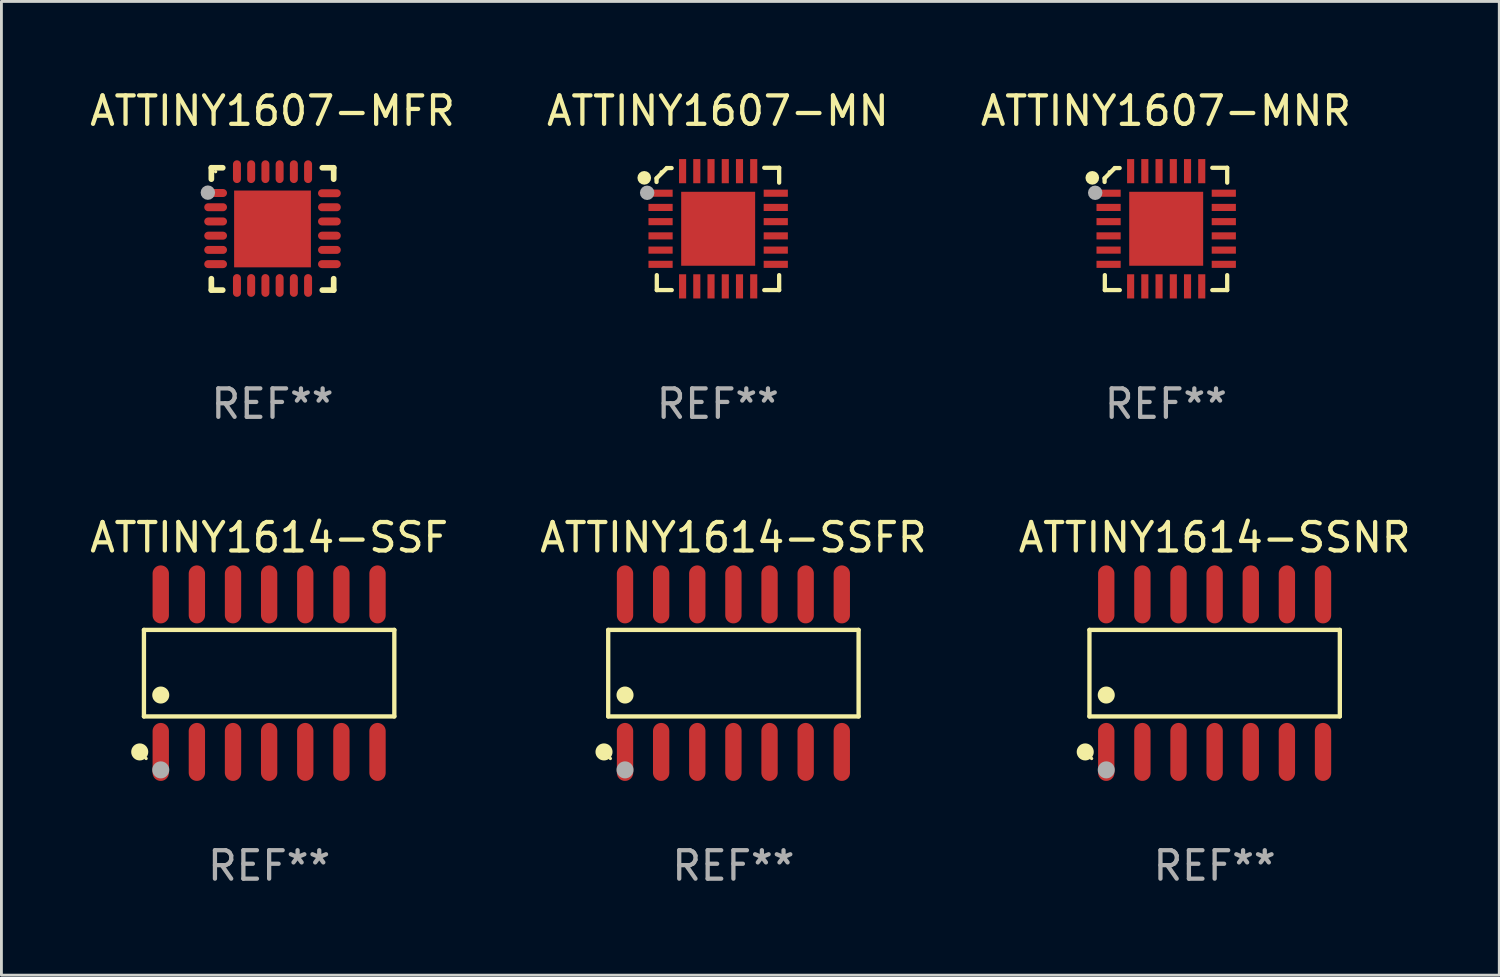
<source format=kicad_pcb>
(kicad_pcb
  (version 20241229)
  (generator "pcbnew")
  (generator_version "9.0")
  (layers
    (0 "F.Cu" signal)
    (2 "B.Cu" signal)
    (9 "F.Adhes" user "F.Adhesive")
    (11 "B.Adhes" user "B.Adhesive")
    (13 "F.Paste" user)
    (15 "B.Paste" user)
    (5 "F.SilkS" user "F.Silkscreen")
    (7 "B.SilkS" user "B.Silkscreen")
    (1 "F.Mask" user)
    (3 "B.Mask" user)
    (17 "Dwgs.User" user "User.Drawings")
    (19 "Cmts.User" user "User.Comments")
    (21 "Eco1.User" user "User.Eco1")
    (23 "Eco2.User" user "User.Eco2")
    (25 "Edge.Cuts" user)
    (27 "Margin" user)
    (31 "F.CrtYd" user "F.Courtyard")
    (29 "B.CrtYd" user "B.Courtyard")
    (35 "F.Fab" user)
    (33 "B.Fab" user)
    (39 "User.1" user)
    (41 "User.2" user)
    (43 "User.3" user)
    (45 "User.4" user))
  (footprint "ATTINY1607-MNR"
    (layer "F.Cu")
    (at 37.935 4.998)
    (property "Reference" "ATTINY1607-MNR" (at 0 -4.15 0) (layer "F.SilkS") (effects (font (size 1 1) (thickness 0.15))))
    (attr through_hole)
    (fp_line (start -2.155 -1.779) (end -2.155 -1.652) (stroke (width 0.15) (type solid)) (layer "F.SilkS"))
    (fp_line (start -2.146 2.15) (end -2.146 1.624) (stroke (width 0.15) (type solid)) (layer "F.SilkS"))
    (fp_line (start -1.795 -2.14) (end -2.155 -1.779) (stroke (width 0.15) (type solid)) (layer "F.SilkS"))
    (fp_line (start -1.625 -2.14) (end -1.795 -2.14) (stroke (width 0.15) (type solid)) (layer "F.SilkS"))
    (fp_line (start -1.62 2.15) (end -2.146 2.15) (stroke (width 0.15) (type solid)) (layer "F.SilkS"))
    (fp_line (start 1.631 -2.15) (end 2.155 -2.15) (stroke (width 0.15) (type solid)) (layer "F.SilkS"))
    (fp_line (start 1.631 2.15) (end 2.155 2.15) (stroke (width 0.15) (type solid)) (layer "F.SilkS"))
    (fp_line (start 2.155 -2.15) (end 2.155 -1.627) (stroke (width 0.15) (type solid)) (layer "F.SilkS"))
    (fp_line (start 2.155 2.15) (end 2.155 1.624) (stroke (width 0.15) (type solid)) (layer "F.SilkS"))
    (fp_circle (center -2.587 -1.796) (end -2.467 -1.796) (stroke (width 0.24) (type solid)) (fill no) (layer "F.SilkS"))
    (fp_circle (center -1.99 -2.006) (end -1.96 -2.006) (stroke (width 0.06) (type solid)) (fill no) (layer "F.SilkS"))
    (fp_circle (center -2.485 -1.271) (end -2.358 -1.271) (stroke (width 0.254) (type solid)) (fill no) (layer "F.Fab"))
    (fp_text user "REF**" (at 0 6.15 0) (layer "F.Fab") (effects (font (size 1 1) (thickness 0.15))))
    (pad "1" smd rect (at -2.014 -1.256) (size 0.85 0.25) (layers "F.Cu" "F.Mask" "F.Paste"))
    (pad "2" smd rect (at -2.014 -0.756) (size 0.85 0.25) (layers "F.Cu" "F.Mask" "F.Paste"))
    (pad "3" smd rect (at -2.014 -0.256) (size 0.85 0.25) (layers "F.Cu" "F.Mask" "F.Paste"))
    (pad "4" smd rect (at -2.014 0.244) (size 0.85 0.25) (layers "F.Cu" "F.Mask" "F.Paste"))
    (pad "5" smd rect (at -2.014 0.744) (size 0.85 0.25) (layers "F.Cu" "F.Mask" "F.Paste"))
    (pad "6" smd rect (at -2.014 1.244) (size 0.85 0.25) (layers "F.Cu" "F.Mask" "F.Paste"))
    (pad "7" smd rect (at -1.239 2.019 90) (size 0.85 0.25) (layers "F.Cu" "F.Mask" "F.Paste"))
    (pad "8" smd rect (at -0.74 2.019 90) (size 0.85 0.25) (layers "F.Cu" "F.Mask" "F.Paste"))
    (pad "9" smd rect (at -0.24 2.019 90) (size 0.85 0.25) (layers "F.Cu" "F.Mask" "F.Paste"))
    (pad "10" smd rect (at 0.261 2.019 90) (size 0.85 0.25) (layers "F.Cu" "F.Mask" "F.Paste"))
    (pad "11" smd rect (at 0.761 2.019 90) (size 0.85 0.25) (layers "F.Cu" "F.Mask" "F.Paste"))
    (pad "12" smd rect (at 1.261 2.019 90) (size 0.85 0.25) (layers "F.Cu" "F.Mask" "F.Paste"))
    (pad "13" smd rect (at 2.036 1.244) (size 0.85 0.25) (layers "F.Cu" "F.Mask" "F.Paste"))
    (pad "14" smd rect (at 2.036 0.744) (size 0.85 0.25) (layers "F.Cu" "F.Mask" "F.Paste"))
    (pad "15" smd rect (at 2.036 0.244) (size 0.85 0.25) (layers "F.Cu" "F.Mask" "F.Paste"))
    (pad "16" smd rect (at 2.036 -0.256) (size 0.85 0.25) (layers "F.Cu" "F.Mask" "F.Paste"))
    (pad "17" smd rect (at 2.036 -0.756) (size 0.85 0.25) (layers "F.Cu" "F.Mask" "F.Paste"))
    (pad "18" smd rect (at 2.036 -1.256) (size 0.85 0.25) (layers "F.Cu" "F.Mask" "F.Paste"))
    (pad "19" smd rect (at 1.261 -2.031 90) (size 0.85 0.25) (layers "F.Cu" "F.Mask" "F.Paste"))
    (pad "20" smd rect (at 0.761 -2.031 90) (size 0.85 0.25) (layers "F.Cu" "F.Mask" "F.Paste"))
    (pad "21" smd rect (at 0.261 -2.031 90) (size 0.85 0.25) (layers "F.Cu" "F.Mask" "F.Paste"))
    (pad "22" smd rect (at -0.24 -2.031 90) (size 0.85 0.25) (layers "F.Cu" "F.Mask" "F.Paste"))
    (pad "23" smd rect (at -0.74 -2.031 90) (size 0.85 0.25) (layers "F.Cu" "F.Mask" "F.Paste"))
    (pad "24" smd rect (at -1.239 -2.031 90) (size 0.85 0.25) (layers "F.Cu" "F.Mask" "F.Paste"))
    (pad "25" smd rect (at 0.011 -0.006) (size 2.6 2.6) (layers "F.Cu" "F.Mask" "F.Paste")))
  (footprint "ATTINY1614-SSF"
    (layer "F.Cu")
    (at 6.411 20.614)
    (property "Reference" "ATTINY1614-SSF" (at 0 -4.769 0) (layer "F.SilkS") (effects (font (size 1 1) (thickness 0.15))))
    (attr through_hole)
    (fp_line (start -4.401 -1.521) (end 4.401 -1.521) (stroke (width 0.152) (type solid)) (layer "F.SilkS"))
    (fp_line (start -4.401 1.521) (end -4.401 -1.521) (stroke (width 0.152) (type solid)) (layer "F.SilkS"))
    (fp_line (start 4.401 -1.521) (end 4.401 1.521) (stroke (width 0.152) (type solid)) (layer "F.SilkS"))
    (fp_line (start 4.401 1.521) (end -4.401 1.521) (stroke (width 0.152) (type solid)) (layer "F.SilkS"))
    (fp_circle (center -4.549 2.769) (end -4.399 2.769) (stroke (width 0.3) (type solid)) (fill no) (layer "F.SilkS"))
    (fp_circle (center -4.325 3) (end -4.295 3) (stroke (width 0.06) (type solid)) (fill no) (layer "F.SilkS"))
    (fp_circle (center -3.81 0.769) (end -3.66 0.769) (stroke (width 0.3) (type solid)) (fill no) (layer "F.SilkS"))
    (fp_circle (center -3.81 3.4) (end -3.66 3.4) (stroke (width 0.3) (type solid)) (fill no) (layer "F.Fab"))
    (fp_text user "REF**" (at 0 6.769 0) (layer "F.Fab") (effects (font (size 1 1) (thickness 0.15))))
    (pad "1" smd oval (at -3.81 2.769) (size 0.574 2.038) (layers "F.Cu" "F.Mask" "F.Paste"))
    (pad "2" smd oval (at -2.54 2.769) (size 0.574 2.038) (layers "F.Cu" "F.Mask" "F.Paste"))
    (pad "3" smd oval (at -1.27 2.769) (size 0.574 2.038) (layers "F.Cu" "F.Mask" "F.Paste"))
    (pad "4" smd oval (at 0 2.769) (size 0.574 2.038) (layers "F.Cu" "F.Mask" "F.Paste"))
    (pad "5" smd oval (at 1.27 2.769) (size 0.574 2.038) (layers "F.Cu" "F.Mask" "F.Paste"))
    (pad "6" smd oval (at 2.54 2.769) (size 0.574 2.038) (layers "F.Cu" "F.Mask" "F.Paste"))
    (pad "7" smd oval (at 3.81 2.769) (size 0.574 2.038) (layers "F.Cu" "F.Mask" "F.Paste"))
    (pad "8" smd oval (at 3.81 -2.769) (size 0.574 2.038) (layers "F.Cu" "F.Mask" "F.Paste"))
    (pad "9" smd oval (at 2.54 -2.769) (size 0.574 2.038) (layers "F.Cu" "F.Mask" "F.Paste"))
    (pad "10" smd oval (at 1.27 -2.769) (size 0.574 2.038) (layers "F.Cu" "F.Mask" "F.Paste"))
    (pad "11" smd oval (at 0 -2.769) (size 0.574 2.038) (layers "F.Cu" "F.Mask" "F.Paste"))
    (pad "12" smd oval (at -1.27 -2.769) (size 0.574 2.038) (layers "F.Cu" "F.Mask" "F.Paste"))
    (pad "13" smd oval (at -2.54 -2.769) (size 0.574 2.038) (layers "F.Cu" "F.Mask" "F.Paste"))
    (pad "14" smd oval (at -3.81 -2.769) (size 0.574 2.038) (layers "F.Cu" "F.Mask" "F.Paste")))
  (footprint "ATTINY1607-MN"
    (layer "F.Cu")
    (at 22.185 4.998)
    (property "Reference" "ATTINY1607-MN" (at 0 -4.15 0) (layer "F.SilkS") (effects (font (size 1 1) (thickness 0.15))))
    (attr through_hole)
    (fp_line (start -2.155 -1.779) (end -2.155 -1.652) (stroke (width 0.15) (type solid)) (layer "F.SilkS"))
    (fp_line (start -2.146 2.15) (end -2.146 1.624) (stroke (width 0.15) (type solid)) (layer "F.SilkS"))
    (fp_line (start -1.795 -2.14) (end -2.155 -1.779) (stroke (width 0.15) (type solid)) (layer "F.SilkS"))
    (fp_line (start -1.625 -2.14) (end -1.795 -2.14) (stroke (width 0.15) (type solid)) (layer "F.SilkS"))
    (fp_line (start -1.62 2.15) (end -2.146 2.15) (stroke (width 0.15) (type solid)) (layer "F.SilkS"))
    (fp_line (start 1.631 -2.15) (end 2.155 -2.15) (stroke (width 0.15) (type solid)) (layer "F.SilkS"))
    (fp_line (start 1.631 2.15) (end 2.155 2.15) (stroke (width 0.15) (type solid)) (layer "F.SilkS"))
    (fp_line (start 2.155 -2.15) (end 2.155 -1.627) (stroke (width 0.15) (type solid)) (layer "F.SilkS"))
    (fp_line (start 2.155 2.15) (end 2.155 1.624) (stroke (width 0.15) (type solid)) (layer "F.SilkS"))
    (fp_circle (center -2.587 -1.796) (end -2.467 -1.796) (stroke (width 0.24) (type solid)) (fill no) (layer "F.SilkS"))
    (fp_circle (center -1.99 -2.006) (end -1.96 -2.006) (stroke (width 0.06) (type solid)) (fill no) (layer "F.SilkS"))
    (fp_circle (center -2.485 -1.271) (end -2.358 -1.271) (stroke (width 0.254) (type solid)) (fill no) (layer "F.Fab"))
    (fp_text user "REF**" (at 0 6.15 0) (layer "F.Fab") (effects (font (size 1 1) (thickness 0.15))))
    (pad "1" smd rect (at -2.014 -1.256) (size 0.85 0.25) (layers "F.Cu" "F.Mask" "F.Paste"))
    (pad "2" smd rect (at -2.014 -0.756) (size 0.85 0.25) (layers "F.Cu" "F.Mask" "F.Paste"))
    (pad "3" smd rect (at -2.014 -0.256) (size 0.85 0.25) (layers "F.Cu" "F.Mask" "F.Paste"))
    (pad "4" smd rect (at -2.014 0.244) (size 0.85 0.25) (layers "F.Cu" "F.Mask" "F.Paste"))
    (pad "5" smd rect (at -2.014 0.744) (size 0.85 0.25) (layers "F.Cu" "F.Mask" "F.Paste"))
    (pad "6" smd rect (at -2.014 1.244) (size 0.85 0.25) (layers "F.Cu" "F.Mask" "F.Paste"))
    (pad "7" smd rect (at -1.239 2.019 90) (size 0.85 0.25) (layers "F.Cu" "F.Mask" "F.Paste"))
    (pad "8" smd rect (at -0.74 2.019 90) (size 0.85 0.25) (layers "F.Cu" "F.Mask" "F.Paste"))
    (pad "9" smd rect (at -0.24 2.019 90) (size 0.85 0.25) (layers "F.Cu" "F.Mask" "F.Paste"))
    (pad "10" smd rect (at 0.261 2.019 90) (size 0.85 0.25) (layers "F.Cu" "F.Mask" "F.Paste"))
    (pad "11" smd rect (at 0.761 2.019 90) (size 0.85 0.25) (layers "F.Cu" "F.Mask" "F.Paste"))
    (pad "12" smd rect (at 1.261 2.019 90) (size 0.85 0.25) (layers "F.Cu" "F.Mask" "F.Paste"))
    (pad "13" smd rect (at 2.036 1.244) (size 0.85 0.25) (layers "F.Cu" "F.Mask" "F.Paste"))
    (pad "14" smd rect (at 2.036 0.744) (size 0.85 0.25) (layers "F.Cu" "F.Mask" "F.Paste"))
    (pad "15" smd rect (at 2.036 0.244) (size 0.85 0.25) (layers "F.Cu" "F.Mask" "F.Paste"))
    (pad "16" smd rect (at 2.036 -0.256) (size 0.85 0.25) (layers "F.Cu" "F.Mask" "F.Paste"))
    (pad "17" smd rect (at 2.036 -0.756) (size 0.85 0.25) (layers "F.Cu" "F.Mask" "F.Paste"))
    (pad "18" smd rect (at 2.036 -1.256) (size 0.85 0.25) (layers "F.Cu" "F.Mask" "F.Paste"))
    (pad "19" smd rect (at 1.261 -2.031 90) (size 0.85 0.25) (layers "F.Cu" "F.Mask" "F.Paste"))
    (pad "20" smd rect (at 0.761 -2.031 90) (size 0.85 0.25) (layers "F.Cu" "F.Mask" "F.Paste"))
    (pad "21" smd rect (at 0.261 -2.031 90) (size 0.85 0.25) (layers "F.Cu" "F.Mask" "F.Paste"))
    (pad "22" smd rect (at -0.24 -2.031 90) (size 0.85 0.25) (layers "F.Cu" "F.Mask" "F.Paste"))
    (pad "23" smd rect (at -0.74 -2.031 90) (size 0.85 0.25) (layers "F.Cu" "F.Mask" "F.Paste"))
    (pad "24" smd rect (at -1.239 -2.031 90) (size 0.85 0.25) (layers "F.Cu" "F.Mask" "F.Paste"))
    (pad "25" smd rect (at 0.011 -0.006) (size 2.6 2.6) (layers "F.Cu" "F.Mask" "F.Paste")))
  (footprint "ATTINY1614-SSFR"
    (layer "F.Cu")
    (at 22.732 20.614)
    (property "Reference" "ATTINY1614-SSFR" (at 0 -4.769 0) (layer "F.SilkS") (effects (font (size 1 1) (thickness 0.15))))
    (attr through_hole)
    (fp_line (start -4.401 -1.521) (end 4.401 -1.521) (stroke (width 0.152) (type solid)) (layer "F.SilkS"))
    (fp_line (start -4.401 1.521) (end -4.401 -1.521) (stroke (width 0.152) (type solid)) (layer "F.SilkS"))
    (fp_line (start 4.401 -1.521) (end 4.401 1.521) (stroke (width 0.152) (type solid)) (layer "F.SilkS"))
    (fp_line (start 4.401 1.521) (end -4.401 1.521) (stroke (width 0.152) (type solid)) (layer "F.SilkS"))
    (fp_circle (center -4.549 2.769) (end -4.399 2.769) (stroke (width 0.3) (type solid)) (fill no) (layer "F.SilkS"))
    (fp_circle (center -4.325 3) (end -4.295 3) (stroke (width 0.06) (type solid)) (fill no) (layer "F.SilkS"))
    (fp_circle (center -3.81 0.769) (end -3.66 0.769) (stroke (width 0.3) (type solid)) (fill no) (layer "F.SilkS"))
    (fp_circle (center -3.81 3.4) (end -3.66 3.4) (stroke (width 0.3) (type solid)) (fill no) (layer "F.Fab"))
    (fp_text user "REF**" (at 0 6.769 0) (layer "F.Fab") (effects (font (size 1 1) (thickness 0.15))))
    (pad "1" smd oval (at -3.81 2.769) (size 0.574 2.038) (layers "F.Cu" "F.Mask" "F.Paste"))
    (pad "2" smd oval (at -2.54 2.769) (size 0.574 2.038) (layers "F.Cu" "F.Mask" "F.Paste"))
    (pad "3" smd oval (at -1.27 2.769) (size 0.574 2.038) (layers "F.Cu" "F.Mask" "F.Paste"))
    (pad "4" smd oval (at 0 2.769) (size 0.574 2.038) (layers "F.Cu" "F.Mask" "F.Paste"))
    (pad "5" smd oval (at 1.27 2.769) (size 0.574 2.038) (layers "F.Cu" "F.Mask" "F.Paste"))
    (pad "6" smd oval (at 2.54 2.769) (size 0.574 2.038) (layers "F.Cu" "F.Mask" "F.Paste"))
    (pad "7" smd oval (at 3.81 2.769) (size 0.574 2.038) (layers "F.Cu" "F.Mask" "F.Paste"))
    (pad "8" smd oval (at 3.81 -2.769) (size 0.574 2.038) (layers "F.Cu" "F.Mask" "F.Paste"))
    (pad "9" smd oval (at 2.54 -2.769) (size 0.574 2.038) (layers "F.Cu" "F.Mask" "F.Paste"))
    (pad "10" smd oval (at 1.27 -2.769) (size 0.574 2.038) (layers "F.Cu" "F.Mask" "F.Paste"))
    (pad "11" smd oval (at 0 -2.769) (size 0.574 2.038) (layers "F.Cu" "F.Mask" "F.Paste"))
    (pad "12" smd oval (at -1.27 -2.769) (size 0.574 2.038) (layers "F.Cu" "F.Mask" "F.Paste"))
    (pad "13" smd oval (at -2.54 -2.769) (size 0.574 2.038) (layers "F.Cu" "F.Mask" "F.Paste"))
    (pad "14" smd oval (at -3.81 -2.769) (size 0.574 2.038) (layers "F.Cu" "F.Mask" "F.Paste")))
  (footprint "ATTINY1614-SSNR"
    (layer "F.Cu")
    (at 39.649 20.614)
    (property "Reference" "ATTINY1614-SSNR" (at 0 -4.769 0) (layer "F.SilkS") (effects (font (size 1 1) (thickness 0.15))))
    (attr through_hole)
    (fp_line (start -4.401 -1.521) (end 4.401 -1.521) (stroke (width 0.152) (type solid)) (layer "F.SilkS"))
    (fp_line (start -4.401 1.521) (end -4.401 -1.521) (stroke (width 0.152) (type solid)) (layer "F.SilkS"))
    (fp_line (start 4.401 -1.521) (end 4.401 1.521) (stroke (width 0.152) (type solid)) (layer "F.SilkS"))
    (fp_line (start 4.401 1.521) (end -4.401 1.521) (stroke (width 0.152) (type solid)) (layer "F.SilkS"))
    (fp_circle (center -4.549 2.769) (end -4.399 2.769) (stroke (width 0.3) (type solid)) (fill no) (layer "F.SilkS"))
    (fp_circle (center -4.325 3) (end -4.295 3) (stroke (width 0.06) (type solid)) (fill no) (layer "F.SilkS"))
    (fp_circle (center -3.81 0.769) (end -3.66 0.769) (stroke (width 0.3) (type solid)) (fill no) (layer "F.SilkS"))
    (fp_circle (center -3.81 3.4) (end -3.66 3.4) (stroke (width 0.3) (type solid)) (fill no) (layer "F.Fab"))
    (fp_text user "REF**" (at 0 6.769 0) (layer "F.Fab") (effects (font (size 1 1) (thickness 0.15))))
    (pad "1" smd oval (at -3.81 2.769) (size 0.574 2.038) (layers "F.Cu" "F.Mask" "F.Paste"))
    (pad "2" smd oval (at -2.54 2.769) (size 0.574 2.038) (layers "F.Cu" "F.Mask" "F.Paste"))
    (pad "3" smd oval (at -1.27 2.769) (size 0.574 2.038) (layers "F.Cu" "F.Mask" "F.Paste"))
    (pad "4" smd oval (at 0 2.769) (size 0.574 2.038) (layers "F.Cu" "F.Mask" "F.Paste"))
    (pad "5" smd oval (at 1.27 2.769) (size 0.574 2.038) (layers "F.Cu" "F.Mask" "F.Paste"))
    (pad "6" smd oval (at 2.54 2.769) (size 0.574 2.038) (layers "F.Cu" "F.Mask" "F.Paste"))
    (pad "7" smd oval (at 3.81 2.769) (size 0.574 2.038) (layers "F.Cu" "F.Mask" "F.Paste"))
    (pad "8" smd oval (at 3.81 -2.769) (size 0.574 2.038) (layers "F.Cu" "F.Mask" "F.Paste"))
    (pad "9" smd oval (at 2.54 -2.769) (size 0.574 2.038) (layers "F.Cu" "F.Mask" "F.Paste"))
    (pad "10" smd oval (at 1.27 -2.769) (size 0.574 2.038) (layers "F.Cu" "F.Mask" "F.Paste"))
    (pad "11" smd oval (at 0 -2.769) (size 0.574 2.038) (layers "F.Cu" "F.Mask" "F.Paste"))
    (pad "12" smd oval (at -1.27 -2.769) (size 0.574 2.038) (layers "F.Cu" "F.Mask" "F.Paste"))
    (pad "13" smd oval (at -2.54 -2.769) (size 0.574 2.038) (layers "F.Cu" "F.Mask" "F.Paste"))
    (pad "14" smd oval (at -3.81 -2.769) (size 0.574 2.038) (layers "F.Cu" "F.Mask" "F.Paste")))
  (footprint "ATTINY1607-MFR"
    (layer "F.Cu")
    (at 6.53 4.998)
    (property "Reference" "ATTINY1607-MFR" (at 0 -4.15 0) (layer "F.SilkS") (effects (font (size 1 1) (thickness 0.15))))
    (attr through_hole)
    (fp_line (start -2.15 -2.15) (end -1.75 -2.15) (stroke (width 0.2) (type solid)) (layer "F.SilkS"))
    (fp_line (start -2.15 -1.75) (end -2.15 -2.15) (stroke (width 0.2) (type solid)) (layer "F.SilkS"))
    (fp_line (start -2.15 2.15) (end -2.15 1.75) (stroke (width 0.2) (type solid)) (layer "F.SilkS"))
    (fp_line (start -1.75 2.15) (end -2.15 2.15) (stroke (width 0.2) (type solid)) (layer "F.SilkS"))
    (fp_line (start 1.75 -2.15) (end 2.15 -2.15) (stroke (width 0.2) (type solid)) (layer "F.SilkS"))
    (fp_line (start 1.75 2.15) (end 2.15 2.15) (stroke (width 0.2) (type solid)) (layer "F.SilkS"))
    (fp_line (start 2.15 -2.15) (end 2.15 -1.75) (stroke (width 0.2) (type solid)) (layer "F.SilkS"))
    (fp_line (start 2.15 2.15) (end 2.15 1.75) (stroke (width 0.2) (type solid)) (layer "F.SilkS"))
    (fp_circle (center -2 -2.013) (end -1.97 -2.013) (stroke (width 0.06) (type solid)) (fill no) (layer "F.SilkS"))
    (fp_circle (center -2.273 -1.276) (end -2.146 -1.276) (stroke (width 0.254) (type solid)) (fill no) (layer "F.Fab"))
    (fp_text user "REF**" (at 0 6.15 0) (layer "F.Fab") (effects (font (size 1 1) (thickness 0.15))))
    (pad "1" smd oval (at -2 -1.263 90) (size 0.28 0.8) (layers "F.Cu" "F.Mask" "F.Paste"))
    (pad "2" smd oval (at -2 -0.763 90) (size 0.28 0.8) (layers "F.Cu" "F.Mask" "F.Paste"))
    (pad "3" smd oval (at -2 -0.263 90) (size 0.28 0.8) (layers "F.Cu" "F.Mask" "F.Paste"))
    (pad "4" smd oval (at -2 0.237 90) (size 0.28 0.8) (layers "F.Cu" "F.Mask" "F.Paste"))
    (pad "5" smd oval (at -2 0.737 90) (size 0.28 0.8) (layers "F.Cu" "F.Mask" "F.Paste"))
    (pad "6" smd oval (at -2 1.237 90) (size 0.28 0.8) (layers "F.Cu" "F.Mask" "F.Paste"))
    (pad "7" smd oval (at -1.25 1.987) (size 0.28 0.8) (layers "F.Cu" "F.Mask" "F.Paste"))
    (pad "8" smd oval (at -0.75 1.987) (size 0.28 0.8) (layers "F.Cu" "F.Mask" "F.Paste"))
    (pad "9" smd oval (at -0.25 1.987) (size 0.28 0.8) (layers "F.Cu" "F.Mask" "F.Paste"))
    (pad "10" smd oval (at 0.25 1.987) (size 0.28 0.8) (layers "F.Cu" "F.Mask" "F.Paste"))
    (pad "11" smd oval (at 0.75 1.987) (size 0.28 0.8) (layers "F.Cu" "F.Mask" "F.Paste"))
    (pad "12" smd oval (at 1.25 1.987) (size 0.28 0.8) (layers "F.Cu" "F.Mask" "F.Paste"))
    (pad "13" smd oval (at 2 1.237 90) (size 0.28 0.8) (layers "F.Cu" "F.Mask" "F.Paste"))
    (pad "14" smd oval (at 2 0.737 90) (size 0.28 0.8) (layers "F.Cu" "F.Mask" "F.Paste"))
    (pad "15" smd oval (at 2 0.237 90) (size 0.28 0.8) (layers "F.Cu" "F.Mask" "F.Paste"))
    (pad "16" smd oval (at 2 -0.263 90) (size 0.28 0.8) (layers "F.Cu" "F.Mask" "F.Paste"))
    (pad "17" smd oval (at 2 -0.763 90) (size 0.28 0.8) (layers "F.Cu" "F.Mask" "F.Paste"))
    (pad "18" smd oval (at 2 -1.255 90) (size 0.28 0.8) (layers "F.Cu" "F.Mask" "F.Paste"))
    (pad "19" smd oval (at 1.25 -2.013) (size 0.28 0.8) (layers "F.Cu" "F.Mask" "F.Paste"))
    (pad "20" smd oval (at 0.75 -2.013) (size 0.28 0.8) (layers "F.Cu" "F.Mask" "F.Paste"))
    (pad "21" smd oval (at 0.25 -2.013) (size 0.28 0.8) (layers "F.Cu" "F.Mask" "F.Paste"))
    (pad "22" smd oval (at -0.25 -2.013) (size 0.28 0.8) (layers "F.Cu" "F.Mask" "F.Paste"))
    (pad "23" smd oval (at -0.75 -2.013) (size 0.28 0.8) (layers "F.Cu" "F.Mask" "F.Paste"))
    (pad "24" smd oval (at -1.25 -2.013) (size 0.28 0.8) (layers "F.Cu" "F.Mask" "F.Paste"))
    (pad "25" smd rect (at -0.000127 -0.00014) (size 2.7 2.7) (layers "F.Cu" "F.Mask" "F.Paste")))
  (gr_rect
    (start -3 -3)
    (end 49.655 31.231)
    (stroke (width 0.1) (type default))
    (fill no)
    (layer "Edge.Cuts")))
</source>
